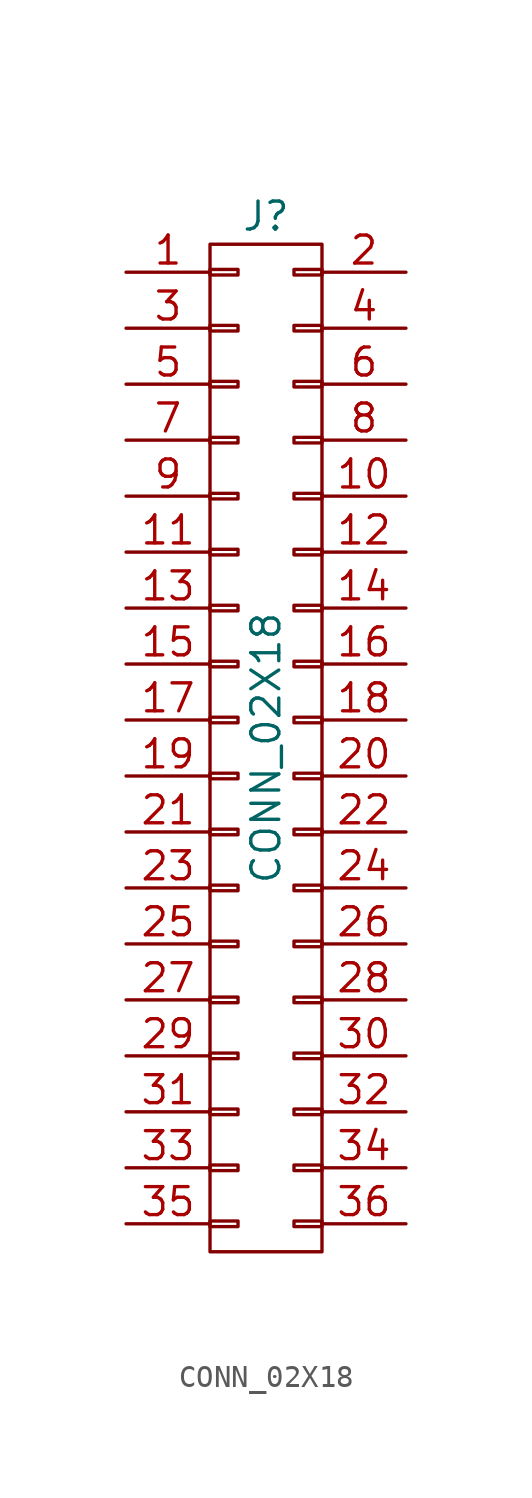
<source format=kicad_sym>
(kicad_symbol_lib
  (version 20211014)
  (generator kicad_symbol_editor)
  (symbol "CONN_02X18"
    (pin_names
      (offset 0.025) hide)
    (property "Reference" "J"
      (at 0 24.13 0)
      (effects (font (size 1.27 1.27))))
    (property "Value" "CONN_02X18"
      (at 0 0 90)
      (effects (font (size 1.27 1.27))))
    (symbol "CONN_02X18_0_1"
      (rectangle (start -2.54 -21.463) (end -1.27 -21.717) (stroke (width 0) (type default) (color 0 0 0 0)) (fill (type none)))
      (rectangle (start -2.54 -18.923) (end -1.27 -19.177) (stroke (width 0) (type default) (color 0 0 0 0)) (fill (type none)))
      (rectangle (start -2.54 -16.383) (end -1.27 -16.637) (stroke (width 0) (type default) (color 0 0 0 0)) (fill (type none)))
      (rectangle (start -2.54 -13.843) (end -1.27 -14.097) (stroke (width 0) (type default) (color 0 0 0 0)) (fill (type none)))
      (rectangle (start -2.54 -11.303) (end -1.27 -11.557) (stroke (width 0) (type default) (color 0 0 0 0)) (fill (type none)))
      (rectangle (start -2.54 -8.763) (end -1.27 -9.017) (stroke (width 0) (type default) (color 0 0 0 0)) (fill (type none)))
      (rectangle (start -2.54 -6.223) (end -1.27 -6.477) (stroke (width 0) (type default) (color 0 0 0 0)) (fill (type none)))
      (rectangle (start -2.54 -3.683) (end -1.27 -3.937) (stroke (width 0) (type default) (color 0 0 0 0)) (fill (type none)))
      (rectangle (start -2.54 -1.143) (end -1.27 -1.397) (stroke (width 0) (type default) (color 0 0 0 0)) (fill (type none)))
      (rectangle (start -2.54 1.397) (end -1.27 1.143) (stroke (width 0) (type default) (color 0 0 0 0)) (fill (type none)))
      (rectangle (start -2.54 3.937) (end -1.27 3.683) (stroke (width 0) (type default) (color 0 0 0 0)) (fill (type none)))
      (rectangle (start -2.54 6.477) (end -1.27 6.223) (stroke (width 0) (type default) (color 0 0 0 0)) (fill (type none)))
      (rectangle (start -2.54 9.017) (end -1.27 8.763) (stroke (width 0) (type default) (color 0 0 0 0)) (fill (type none)))
      (rectangle (start -2.54 11.557) (end -1.27 11.303) (stroke (width 0) (type default) (color 0 0 0 0)) (fill (type none)))
      (rectangle (start -2.54 14.097) (end -1.27 13.843) (stroke (width 0) (type default) (color 0 0 0 0)) (fill (type none)))
      (rectangle (start -2.54 16.637) (end -1.27 16.383) (stroke (width 0) (type default) (color 0 0 0 0)) (fill (type none)))
      (rectangle (start -2.54 19.177) (end -1.27 18.923) (stroke (width 0) (type default) (color 0 0 0 0)) (fill (type none)))
      (rectangle (start -2.54 21.717) (end -1.27 21.463) (stroke (width 0) (type default) (color 0 0 0 0)) (fill (type none)))
      (rectangle (start -2.54 22.86) (end 2.54 -22.86) (stroke (width 0) (type default) (color 0 0 0 0)) (fill (type none)))
      (rectangle (start 1.27 -21.463) (end 2.54 -21.717) (stroke (width 0) (type default) (color 0 0 0 0)) (fill (type none)))
      (rectangle (start 1.27 -18.923) (end 2.54 -19.177) (stroke (width 0) (type default) (color 0 0 0 0)) (fill (type none)))
      (rectangle (start 1.27 -16.383) (end 2.54 -16.637) (stroke (width 0) (type default) (color 0 0 0 0)) (fill (type none)))
      (rectangle (start 1.27 -13.843) (end 2.54 -14.097) (stroke (width 0) (type default) (color 0 0 0 0)) (fill (type none)))
      (rectangle (start 1.27 -11.303) (end 2.54 -11.557) (stroke (width 0) (type default) (color 0 0 0 0)) (fill (type none)))
      (rectangle (start 1.27 -8.763) (end 2.54 -9.017) (stroke (width 0) (type default) (color 0 0 0 0)) (fill (type none)))
      (rectangle (start 1.27 -6.223) (end 2.54 -6.477) (stroke (width 0) (type default) (color 0 0 0 0)) (fill (type none)))
      (rectangle (start 1.27 -3.683) (end 2.54 -3.937) (stroke (width 0) (type default) (color 0 0 0 0)) (fill (type none)))
      (rectangle (start 1.27 -1.143) (end 2.54 -1.397) (stroke (width 0) (type default) (color 0 0 0 0)) (fill (type none)))
      (rectangle (start 1.27 1.397) (end 2.54 1.143) (stroke (width 0) (type default) (color 0 0 0 0)) (fill (type none)))
      (rectangle (start 1.27 3.937) (end 2.54 3.683) (stroke (width 0) (type default) (color 0 0 0 0)) (fill (type none)))
      (rectangle (start 1.27 6.477) (end 2.54 6.223) (stroke (width 0) (type default) (color 0 0 0 0)) (fill (type none)))
      (rectangle (start 1.27 9.017) (end 2.54 8.763) (stroke (width 0) (type default) (color 0 0 0 0)) (fill (type none)))
      (rectangle (start 1.27 11.557) (end 2.54 11.303) (stroke (width 0) (type default) (color 0 0 0 0)) (fill (type none)))
      (rectangle (start 1.27 14.097) (end 2.54 13.843) (stroke (width 0) (type default) (color 0 0 0 0)) (fill (type none)))
      (rectangle (start 1.27 16.637) (end 2.54 16.383) (stroke (width 0) (type default) (color 0 0 0 0)) (fill (type none)))
      (rectangle (start 1.27 19.177) (end 2.54 18.923) (stroke (width 0) (type default) (color 0 0 0 0)) (fill (type none)))
      (rectangle (start 1.27 21.717) (end 2.54 21.463) (stroke (width 0) (type default) (color 0 0 0 0)) (fill (type none))))
    (symbol "CONN_02X18_1_1"
      (pin passive line (at -6.35 21.59 0) (length 3.81) (name "P1" (effects (font (size 1.27 1.27)))) (number "1" (effects (font (size 1.27 1.27)))))
      (pin passive line (at 6.35 11.43 180) (length 3.81) (name "P10" (effects (font (size 1.27 1.27)))) (number "10" (effects (font (size 1.27 1.27)))))
      (pin passive line (at -6.35 8.89 0) (length 3.81) (name "P11" (effects (font (size 1.27 1.27)))) (number "11" (effects (font (size 1.27 1.27)))))
      (pin passive line (at 6.35 8.89 180) (length 3.81) (name "P12" (effects (font (size 1.27 1.27)))) (number "12" (effects (font (size 1.27 1.27)))))
      (pin passive line (at -6.35 6.35 0) (length 3.81) (name "P13" (effects (font (size 1.27 1.27)))) (number "13" (effects (font (size 1.27 1.27)))))
      (pin passive line (at 6.35 6.35 180) (length 3.81) (name "P14" (effects (font (size 1.27 1.27)))) (number "14" (effects (font (size 1.27 1.27)))))
      (pin passive line (at -6.35 3.81 0) (length 3.81) (name "P15" (effects (font (size 1.27 1.27)))) (number "15" (effects (font (size 1.27 1.27)))))
      (pin passive line (at 6.35 3.81 180) (length 3.81) (name "P16" (effects (font (size 1.27 1.27)))) (number "16" (effects (font (size 1.27 1.27)))))
      (pin passive line (at -6.35 1.27 0) (length 3.81) (name "P17" (effects (font (size 1.27 1.27)))) (number "17" (effects (font (size 1.27 1.27)))))
      (pin passive line (at 6.35 1.27 180) (length 3.81) (name "P18" (effects (font (size 1.27 1.27)))) (number "18" (effects (font (size 1.27 1.27)))))
      (pin passive line (at -6.35 -1.27 0) (length 3.81) (name "P19" (effects (font (size 1.27 1.27)))) (number "19" (effects (font (size 1.27 1.27)))))
      (pin passive line (at 6.35 21.59 180) (length 3.81) (name "P2" (effects (font (size 1.27 1.27)))) (number "2" (effects (font (size 1.27 1.27)))))
      (pin passive line (at 6.35 -1.27 180) (length 3.81) (name "P20" (effects (font (size 1.27 1.27)))) (number "20" (effects (font (size 1.27 1.27)))))
      (pin passive line (at -6.35 -3.81 0) (length 3.81) (name "P21" (effects (font (size 1.27 1.27)))) (number "21" (effects (font (size 1.27 1.27)))))
      (pin passive line (at 6.35 -3.81 180) (length 3.81) (name "P22" (effects (font (size 1.27 1.27)))) (number "22" (effects (font (size 1.27 1.27)))))
      (pin passive line (at -6.35 -6.35 0) (length 3.81) (name "P23" (effects (font (size 1.27 1.27)))) (number "23" (effects (font (size 1.27 1.27)))))
      (pin passive line (at 6.35 -6.35 180) (length 3.81) (name "P24" (effects (font (size 1.27 1.27)))) (number "24" (effects (font (size 1.27 1.27)))))
      (pin passive line (at -6.35 -8.89 0) (length 3.81) (name "P25" (effects (font (size 1.27 1.27)))) (number "25" (effects (font (size 1.27 1.27)))))
      (pin passive line (at 6.35 -8.89 180) (length 3.81) (name "P26" (effects (font (size 1.27 1.27)))) (number "26" (effects (font (size 1.27 1.27)))))
      (pin passive line (at -6.35 -11.43 0) (length 3.81) (name "P27" (effects (font (size 1.27 1.27)))) (number "27" (effects (font (size 1.27 1.27)))))
      (pin passive line (at 6.35 -11.43 180) (length 3.81) (name "P28" (effects (font (size 1.27 1.27)))) (number "28" (effects (font (size 1.27 1.27)))))
      (pin passive line (at -6.35 -13.97 0) (length 3.81) (name "P29" (effects (font (size 1.27 1.27)))) (number "29" (effects (font (size 1.27 1.27)))))
      (pin passive line (at -6.35 19.05 0) (length 3.81) (name "P3" (effects (font (size 1.27 1.27)))) (number "3" (effects (font (size 1.27 1.27)))))
      (pin passive line (at 6.35 -13.97 180) (length 3.81) (name "P30" (effects (font (size 1.27 1.27)))) (number "30" (effects (font (size 1.27 1.27)))))
      (pin passive line (at -6.35 -16.51 0) (length 3.81) (name "P31" (effects (font (size 1.27 1.27)))) (number "31" (effects (font (size 1.27 1.27)))))
      (pin passive line (at 6.35 -16.51 180) (length 3.81) (name "P32" (effects (font (size 1.27 1.27)))) (number "32" (effects (font (size 1.27 1.27)))))
      (pin passive line (at -6.35 -19.05 0) (length 3.81) (name "P33" (effects (font (size 1.27 1.27)))) (number "33" (effects (font (size 1.27 1.27)))))
      (pin passive line (at 6.35 -19.05 180) (length 3.81) (name "P34" (effects (font (size 1.27 1.27)))) (number "34" (effects (font (size 1.27 1.27)))))
      (pin passive line (at -6.35 -21.59 0) (length 3.81) (name "P35" (effects (font (size 1.27 1.27)))) (number "35" (effects (font (size 1.27 1.27)))))
      (pin passive line (at 6.35 -21.59 180) (length 3.81) (name "P36" (effects (font (size 1.27 1.27)))) (number "36" (effects (font (size 1.27 1.27)))))
      (pin passive line (at 6.35 19.05 180) (length 3.81) (name "P4" (effects (font (size 1.27 1.27)))) (number "4" (effects (font (size 1.27 1.27)))))
      (pin passive line (at -6.35 16.51 0) (length 3.81) (name "P5" (effects (font (size 1.27 1.27)))) (number "5" (effects (font (size 1.27 1.27)))))
      (pin passive line (at 6.35 16.51 180) (length 3.81) (name "P6" (effects (font (size 1.27 1.27)))) (number "6" (effects (font (size 1.27 1.27)))))
      (pin passive line (at -6.35 13.97 0) (length 3.81) (name "P7" (effects (font (size 1.27 1.27)))) (number "7" (effects (font (size 1.27 1.27)))))
      (pin passive line (at 6.35 13.97 180) (length 3.81) (name "P8" (effects (font (size 1.27 1.27)))) (number "8" (effects (font (size 1.27 1.27)))))
      (pin passive line (at -6.35 11.43 0) (length 3.81) (name "P9" (effects (font (size 1.27 1.27)))) (number "9" (effects (font (size 1.27 1.27))))))))
</source>
